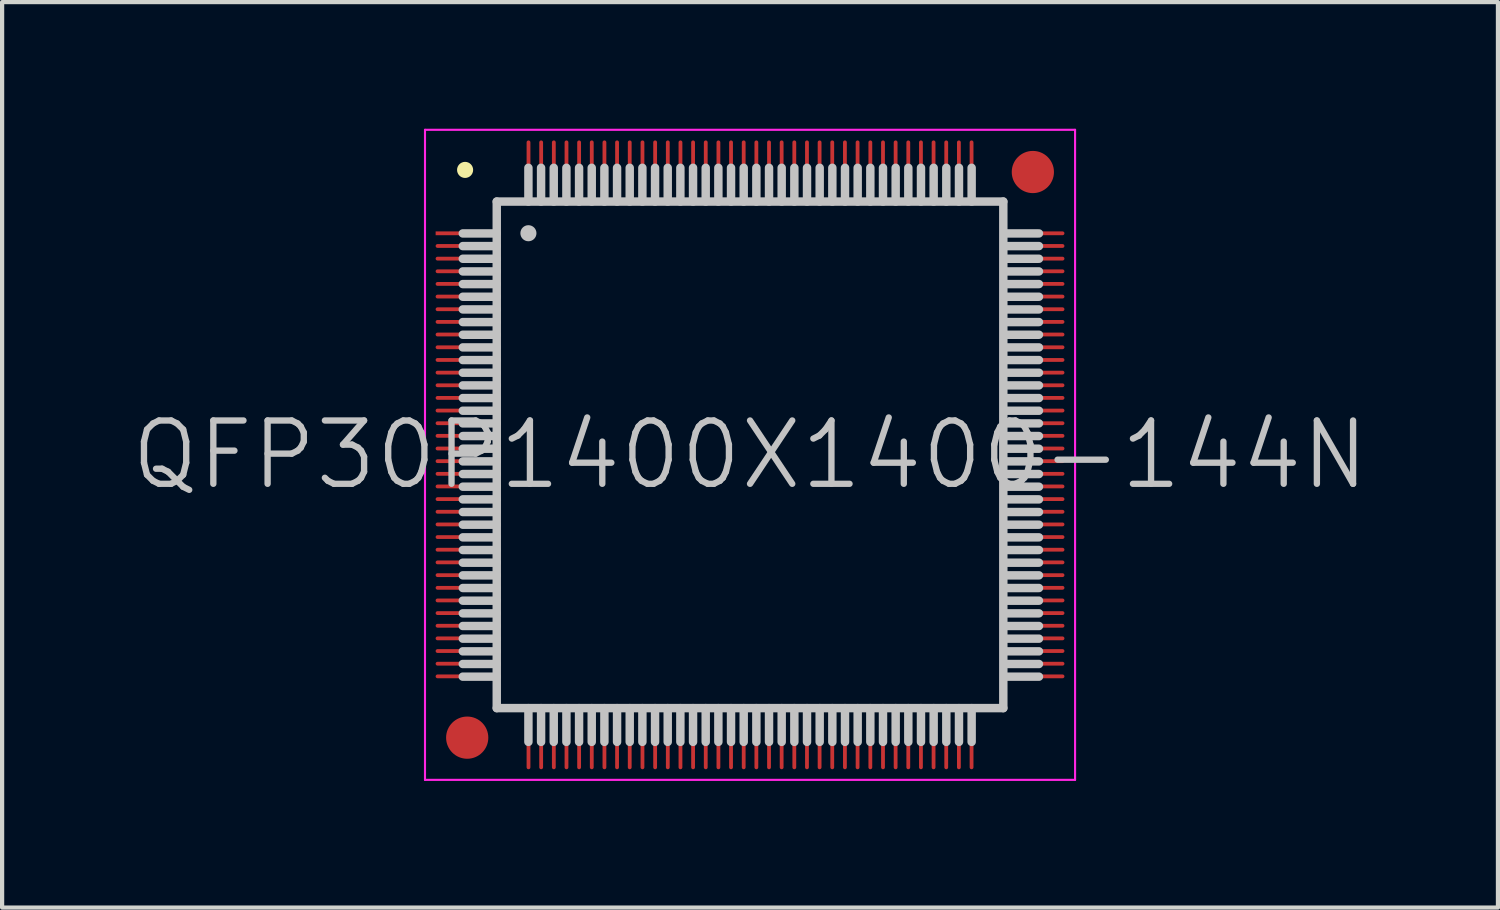
<source format=kicad_pcb>
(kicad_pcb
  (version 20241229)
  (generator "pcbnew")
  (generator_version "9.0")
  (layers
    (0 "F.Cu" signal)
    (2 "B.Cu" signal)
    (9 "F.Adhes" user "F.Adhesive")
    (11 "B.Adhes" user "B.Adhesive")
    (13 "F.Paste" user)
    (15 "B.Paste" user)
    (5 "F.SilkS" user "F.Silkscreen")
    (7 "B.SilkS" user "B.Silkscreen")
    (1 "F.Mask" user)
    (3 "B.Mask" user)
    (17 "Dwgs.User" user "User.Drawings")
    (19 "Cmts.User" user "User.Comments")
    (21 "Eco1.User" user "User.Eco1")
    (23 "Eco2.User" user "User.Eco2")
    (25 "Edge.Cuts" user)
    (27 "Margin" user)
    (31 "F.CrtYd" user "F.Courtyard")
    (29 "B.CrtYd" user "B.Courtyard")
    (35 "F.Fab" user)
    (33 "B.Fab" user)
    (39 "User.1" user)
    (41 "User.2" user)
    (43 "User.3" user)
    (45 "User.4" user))
  (footprint "QFP30P1400X1400-144N"
    (layer "F.Cu")
    (at 14.718 7.725)
    (property "Reference" "QFP30P1400X1400-144N" (at 0 0 0) (layer "Dwgs.User") (effects (font (size 1.5 1.5) (thickness 0.15))))
    (attr smd)
    (fp_line (start -6.75 -6.75) (end -6.75 -6.75) (stroke (width 0.381) (type solid)) (layer "F.SilkS"))
    (fp_line (start -6.005 -5.245) (end -6.805 -5.245) (stroke (width 0.2) (type solid)) (layer "Dwgs.User"))
    (fp_line (start -6.005 -4.945) (end -6.805 -4.945) (stroke (width 0.2) (type solid)) (layer "Dwgs.User"))
    (fp_line (start -6.005 -4.645) (end -6.805 -4.645) (stroke (width 0.2) (type solid)) (layer "Dwgs.User"))
    (fp_line (start -6.005 -4.345) (end -6.805 -4.345) (stroke (width 0.2) (type solid)) (layer "Dwgs.User"))
    (fp_line (start -6.005 -4.045) (end -6.805 -4.045) (stroke (width 0.2) (type solid)) (layer "Dwgs.User"))
    (fp_line (start -6.005 -3.745) (end -6.805 -3.745) (stroke (width 0.2) (type solid)) (layer "Dwgs.User"))
    (fp_line (start -6.005 -3.445) (end -6.805 -3.445) (stroke (width 0.2) (type solid)) (layer "Dwgs.User"))
    (fp_line (start -6.005 -3.145) (end -6.805 -3.145) (stroke (width 0.2) (type solid)) (layer "Dwgs.User"))
    (fp_line (start -6.005 -2.845) (end -6.805 -2.845) (stroke (width 0.2) (type solid)) (layer "Dwgs.User"))
    (fp_line (start -6.005 -2.545) (end -6.805 -2.545) (stroke (width 0.2) (type solid)) (layer "Dwgs.User"))
    (fp_line (start -6.005 -2.245) (end -6.805 -2.245) (stroke (width 0.2) (type solid)) (layer "Dwgs.User"))
    (fp_line (start -6.005 -1.945) (end -6.805 -1.945) (stroke (width 0.2) (type solid)) (layer "Dwgs.User"))
    (fp_line (start -6.005 -1.645) (end -6.805 -1.645) (stroke (width 0.2) (type solid)) (layer "Dwgs.User"))
    (fp_line (start -6.005 -1.345) (end -6.805 -1.345) (stroke (width 0.2) (type solid)) (layer "Dwgs.User"))
    (fp_line (start -6.005 -1.045) (end -6.805 -1.045) (stroke (width 0.2) (type solid)) (layer "Dwgs.User"))
    (fp_line (start -6.005 -0.745) (end -6.805 -0.745) (stroke (width 0.2) (type solid)) (layer "Dwgs.User"))
    (fp_line (start -6.005 -0.445) (end -6.805 -0.445) (stroke (width 0.2) (type solid)) (layer "Dwgs.User"))
    (fp_line (start -6.005 -0.145) (end -6.805 -0.145) (stroke (width 0.2) (type solid)) (layer "Dwgs.User"))
    (fp_line (start -6.005 0.155) (end -6.805 0.155) (stroke (width 0.2) (type solid)) (layer "Dwgs.User"))
    (fp_line (start -6.005 0.455) (end -6.805 0.455) (stroke (width 0.2) (type solid)) (layer "Dwgs.User"))
    (fp_line (start -6.005 0.755) (end -6.805 0.755) (stroke (width 0.2) (type solid)) (layer "Dwgs.User"))
    (fp_line (start -6.005 1.055) (end -6.805 1.055) (stroke (width 0.2) (type solid)) (layer "Dwgs.User"))
    (fp_line (start -6.005 1.355) (end -6.805 1.355) (stroke (width 0.2) (type solid)) (layer "Dwgs.User"))
    (fp_line (start -6.005 1.655) (end -6.805 1.655) (stroke (width 0.2) (type solid)) (layer "Dwgs.User"))
    (fp_line (start -6.005 1.955) (end -6.805 1.955) (stroke (width 0.2) (type solid)) (layer "Dwgs.User"))
    (fp_line (start -6.005 2.255) (end -6.805 2.255) (stroke (width 0.2) (type solid)) (layer "Dwgs.User"))
    (fp_line (start -6.005 2.555) (end -6.805 2.555) (stroke (width 0.2) (type solid)) (layer "Dwgs.User"))
    (fp_line (start -6.005 2.855) (end -6.805 2.855) (stroke (width 0.2) (type solid)) (layer "Dwgs.User"))
    (fp_line (start -6.005 3.155) (end -6.805 3.155) (stroke (width 0.2) (type solid)) (layer "Dwgs.User"))
    (fp_line (start -6.005 3.455) (end -6.805 3.455) (stroke (width 0.2) (type solid)) (layer "Dwgs.User"))
    (fp_line (start -6.005 3.755) (end -6.805 3.755) (stroke (width 0.2) (type solid)) (layer "Dwgs.User"))
    (fp_line (start -6.005 4.055) (end -6.805 4.055) (stroke (width 0.2) (type solid)) (layer "Dwgs.User"))
    (fp_line (start -6.005 4.355) (end -6.805 4.355) (stroke (width 0.2) (type solid)) (layer "Dwgs.User"))
    (fp_line (start -6.005 4.655) (end -6.805 4.655) (stroke (width 0.2) (type solid)) (layer "Dwgs.User"))
    (fp_line (start -6.005 4.955) (end -6.805 4.955) (stroke (width 0.2) (type solid)) (layer "Dwgs.User"))
    (fp_line (start -6.005 5.255) (end -6.805 5.255) (stroke (width 0.2) (type solid)) (layer "Dwgs.User"))
    (fp_line (start -6 -6) (end -6 6) (stroke (width 0.2) (type solid)) (layer "Dwgs.User"))
    (fp_line (start -6 -6) (end 6 -6) (stroke (width 0.2) (type solid)) (layer "Dwgs.User"))
    (fp_line (start -6 6) (end 6 6) (stroke (width 0.2) (type solid)) (layer "Dwgs.User"))
    (fp_line (start -5.25 -6) (end -5.25 -6.8) (stroke (width 0.2) (type solid)) (layer "Dwgs.User"))
    (fp_line (start -5.25 -5.25) (end -5.25 -5.25) (stroke (width 0.381) (type solid)) (layer "Dwgs.User"))
    (fp_line (start -5.25 6.8) (end -5.25 6) (stroke (width 0.2) (type solid)) (layer "Dwgs.User"))
    (fp_line (start -4.95 -6) (end -4.95 -6.8) (stroke (width 0.2) (type solid)) (layer "Dwgs.User"))
    (fp_line (start -4.95 6.8) (end -4.95 6) (stroke (width 0.2) (type solid)) (layer "Dwgs.User"))
    (fp_line (start -4.65 -6) (end -4.65 -6.8) (stroke (width 0.2) (type solid)) (layer "Dwgs.User"))
    (fp_line (start -4.65 6.8) (end -4.65 6) (stroke (width 0.2) (type solid)) (layer "Dwgs.User"))
    (fp_line (start -4.35 -6) (end -4.35 -6.8) (stroke (width 0.2) (type solid)) (layer "Dwgs.User"))
    (fp_line (start -4.35 6.8) (end -4.35 6) (stroke (width 0.2) (type solid)) (layer "Dwgs.User"))
    (fp_line (start -4.05 -6) (end -4.05 -6.8) (stroke (width 0.2) (type solid)) (layer "Dwgs.User"))
    (fp_line (start -4.05 6.8) (end -4.05 6) (stroke (width 0.2) (type solid)) (layer "Dwgs.User"))
    (fp_line (start -3.75 -6) (end -3.75 -6.8) (stroke (width 0.2) (type solid)) (layer "Dwgs.User"))
    (fp_line (start -3.75 6.8) (end -3.75 6) (stroke (width 0.2) (type solid)) (layer "Dwgs.User"))
    (fp_line (start -3.45 -6) (end -3.45 -6.8) (stroke (width 0.2) (type solid)) (layer "Dwgs.User"))
    (fp_line (start -3.45 6.8) (end -3.45 6) (stroke (width 0.2) (type solid)) (layer "Dwgs.User"))
    (fp_line (start -3.15 -6) (end -3.15 -6.8) (stroke (width 0.2) (type solid)) (layer "Dwgs.User"))
    (fp_line (start -3.15 6.8) (end -3.15 6) (stroke (width 0.2) (type solid)) (layer "Dwgs.User"))
    (fp_line (start -2.85 -6) (end -2.85 -6.8) (stroke (width 0.2) (type solid)) (layer "Dwgs.User"))
    (fp_line (start -2.85 6.8) (end -2.85 6) (stroke (width 0.2) (type solid)) (layer "Dwgs.User"))
    (fp_line (start -2.55 -6) (end -2.55 -6.8) (stroke (width 0.2) (type solid)) (layer "Dwgs.User"))
    (fp_line (start -2.55 6.8) (end -2.55 6) (stroke (width 0.2) (type solid)) (layer "Dwgs.User"))
    (fp_line (start -2.25 -6) (end -2.25 -6.8) (stroke (width 0.2) (type solid)) (layer "Dwgs.User"))
    (fp_line (start -2.25 6.8) (end -2.25 6) (stroke (width 0.2) (type solid)) (layer "Dwgs.User"))
    (fp_line (start -1.95 -6) (end -1.95 -6.8) (stroke (width 0.2) (type solid)) (layer "Dwgs.User"))
    (fp_line (start -1.95 6.8) (end -1.95 6) (stroke (width 0.2) (type solid)) (layer "Dwgs.User"))
    (fp_line (start -1.65 -6) (end -1.65 -6.8) (stroke (width 0.2) (type solid)) (layer "Dwgs.User"))
    (fp_line (start -1.65 6.8) (end -1.65 6) (stroke (width 0.2) (type solid)) (layer "Dwgs.User"))
    (fp_line (start -1.35 -6) (end -1.35 -6.8) (stroke (width 0.2) (type solid)) (layer "Dwgs.User"))
    (fp_line (start -1.35 6.8) (end -1.35 6) (stroke (width 0.2) (type solid)) (layer "Dwgs.User"))
    (fp_line (start -1.05 -6) (end -1.05 -6.8) (stroke (width 0.2) (type solid)) (layer "Dwgs.User"))
    (fp_line (start -1.05 6.8) (end -1.05 6) (stroke (width 0.2) (type solid)) (layer "Dwgs.User"))
    (fp_line (start -0.75 -6) (end -0.75 -6.8) (stroke (width 0.2) (type solid)) (layer "Dwgs.User"))
    (fp_line (start -0.75 6.8) (end -0.75 6) (stroke (width 0.2) (type solid)) (layer "Dwgs.User"))
    (fp_line (start -0.45 -6) (end -0.45 -6.8) (stroke (width 0.2) (type solid)) (layer "Dwgs.User"))
    (fp_line (start -0.45 6.8) (end -0.45 6) (stroke (width 0.2) (type solid)) (layer "Dwgs.User"))
    (fp_line (start -0.15 -6) (end -0.15 -6.8) (stroke (width 0.2) (type solid)) (layer "Dwgs.User"))
    (fp_line (start -0.15 6.8) (end -0.15 6) (stroke (width 0.2) (type solid)) (layer "Dwgs.User"))
    (fp_line (start 0.15 -6) (end 0.15 -6.8) (stroke (width 0.2) (type solid)) (layer "Dwgs.User"))
    (fp_line (start 0.15 6.8) (end 0.15 6) (stroke (width 0.2) (type solid)) (layer "Dwgs.User"))
    (fp_line (start 0.45 -6) (end 0.45 -6.8) (stroke (width 0.2) (type solid)) (layer "Dwgs.User"))
    (fp_line (start 0.45 6.8) (end 0.45 6) (stroke (width 0.2) (type solid)) (layer "Dwgs.User"))
    (fp_line (start 0.75 -6) (end 0.75 -6.8) (stroke (width 0.2) (type solid)) (layer "Dwgs.User"))
    (fp_line (start 0.75 6.8) (end 0.75 6) (stroke (width 0.2) (type solid)) (layer "Dwgs.User"))
    (fp_line (start 1.05 -6) (end 1.05 -6.8) (stroke (width 0.2) (type solid)) (layer "Dwgs.User"))
    (fp_line (start 1.05 6.8) (end 1.05 6) (stroke (width 0.2) (type solid)) (layer "Dwgs.User"))
    (fp_line (start 1.35 -6) (end 1.35 -6.8) (stroke (width 0.2) (type solid)) (layer "Dwgs.User"))
    (fp_line (start 1.35 6.8) (end 1.35 6) (stroke (width 0.2) (type solid)) (layer "Dwgs.User"))
    (fp_line (start 1.65 -6) (end 1.65 -6.8) (stroke (width 0.2) (type solid)) (layer "Dwgs.User"))
    (fp_line (start 1.65 6.8) (end 1.65 6) (stroke (width 0.2) (type solid)) (layer "Dwgs.User"))
    (fp_line (start 1.95 -6) (end 1.95 -6.8) (stroke (width 0.2) (type solid)) (layer "Dwgs.User"))
    (fp_line (start 1.95 6.8) (end 1.95 6) (stroke (width 0.2) (type solid)) (layer "Dwgs.User"))
    (fp_line (start 2.25 -6) (end 2.25 -6.8) (stroke (width 0.2) (type solid)) (layer "Dwgs.User"))
    (fp_line (start 2.25 6.8) (end 2.25 6) (stroke (width 0.2) (type solid)) (layer "Dwgs.User"))
    (fp_line (start 2.55 -6) (end 2.55 -6.8) (stroke (width 0.2) (type solid)) (layer "Dwgs.User"))
    (fp_line (start 2.55 6.8) (end 2.55 6) (stroke (width 0.2) (type solid)) (layer "Dwgs.User"))
    (fp_line (start 2.85 -6) (end 2.85 -6.8) (stroke (width 0.2) (type solid)) (layer "Dwgs.User"))
    (fp_line (start 2.85 6.8) (end 2.85 6) (stroke (width 0.2) (type solid)) (layer "Dwgs.User"))
    (fp_line (start 3.15 -6) (end 3.15 -6.8) (stroke (width 0.2) (type solid)) (layer "Dwgs.User"))
    (fp_line (start 3.15 6.8) (end 3.15 6) (stroke (width 0.2) (type solid)) (layer "Dwgs.User"))
    (fp_line (start 3.45 -6) (end 3.45 -6.8) (stroke (width 0.2) (type solid)) (layer "Dwgs.User"))
    (fp_line (start 3.45 6.8) (end 3.45 6) (stroke (width 0.2) (type solid)) (layer "Dwgs.User"))
    (fp_line (start 3.75 -6) (end 3.75 -6.8) (stroke (width 0.2) (type solid)) (layer "Dwgs.User"))
    (fp_line (start 3.75 6.8) (end 3.75 6) (stroke (width 0.2) (type solid)) (layer "Dwgs.User"))
    (fp_line (start 4.05 -6) (end 4.05 -6.8) (stroke (width 0.2) (type solid)) (layer "Dwgs.User"))
    (fp_line (start 4.05 6.8) (end 4.05 6) (stroke (width 0.2) (type solid)) (layer "Dwgs.User"))
    (fp_line (start 4.35 -6) (end 4.35 -6.8) (stroke (width 0.2) (type solid)) (layer "Dwgs.User"))
    (fp_line (start 4.35 6.8) (end 4.35 6) (stroke (width 0.2) (type solid)) (layer "Dwgs.User"))
    (fp_line (start 4.65 -6) (end 4.65 -6.8) (stroke (width 0.2) (type solid)) (layer "Dwgs.User"))
    (fp_line (start 4.65 6.8) (end 4.65 6) (stroke (width 0.2) (type solid)) (layer "Dwgs.User"))
    (fp_line (start 4.95 -6) (end 4.95 -6.8) (stroke (width 0.2) (type solid)) (layer "Dwgs.User"))
    (fp_line (start 4.95 6.8) (end 4.95 6) (stroke (width 0.2) (type solid)) (layer "Dwgs.User"))
    (fp_line (start 5.25 -6) (end 5.25 -6.8) (stroke (width 0.2) (type solid)) (layer "Dwgs.User"))
    (fp_line (start 5.25 6.8) (end 5.25 6) (stroke (width 0.2) (type solid)) (layer "Dwgs.User"))
    (fp_line (start 6 -6) (end 6 6) (stroke (width 0.2) (type solid)) (layer "Dwgs.User"))
    (fp_line (start 6.845 -5.245) (end 6.045 -5.245) (stroke (width 0.2) (type solid)) (layer "Dwgs.User"))
    (fp_line (start 6.845 -4.945) (end 6.045 -4.945) (stroke (width 0.2) (type solid)) (layer "Dwgs.User"))
    (fp_line (start 6.845 -4.645) (end 6.045 -4.645) (stroke (width 0.2) (type solid)) (layer "Dwgs.User"))
    (fp_line (start 6.845 -4.345) (end 6.045 -4.345) (stroke (width 0.2) (type solid)) (layer "Dwgs.User"))
    (fp_line (start 6.845 -4.045) (end 6.045 -4.045) (stroke (width 0.2) (type solid)) (layer "Dwgs.User"))
    (fp_line (start 6.845 -3.745) (end 6.045 -3.745) (stroke (width 0.2) (type solid)) (layer "Dwgs.User"))
    (fp_line (start 6.845 -3.445) (end 6.045 -3.445) (stroke (width 0.2) (type solid)) (layer "Dwgs.User"))
    (fp_line (start 6.845 -3.145) (end 6.045 -3.145) (stroke (width 0.2) (type solid)) (layer "Dwgs.User"))
    (fp_line (start 6.845 -2.845) (end 6.045 -2.845) (stroke (width 0.2) (type solid)) (layer "Dwgs.User"))
    (fp_line (start 6.845 -2.545) (end 6.045 -2.545) (stroke (width 0.2) (type solid)) (layer "Dwgs.User"))
    (fp_line (start 6.845 -2.245) (end 6.045 -2.245) (stroke (width 0.2) (type solid)) (layer "Dwgs.User"))
    (fp_line (start 6.845 -1.945) (end 6.045 -1.945) (stroke (width 0.2) (type solid)) (layer "Dwgs.User"))
    (fp_line (start 6.845 -1.645) (end 6.045 -1.645) (stroke (width 0.2) (type solid)) (layer "Dwgs.User"))
    (fp_line (start 6.845 -1.345) (end 6.045 -1.345) (stroke (width 0.2) (type solid)) (layer "Dwgs.User"))
    (fp_line (start 6.845 -1.045) (end 6.045 -1.045) (stroke (width 0.2) (type solid)) (layer "Dwgs.User"))
    (fp_line (start 6.845 -0.745) (end 6.045 -0.745) (stroke (width 0.2) (type solid)) (layer "Dwgs.User"))
    (fp_line (start 6.845 -0.445) (end 6.045 -0.445) (stroke (width 0.2) (type solid)) (layer "Dwgs.User"))
    (fp_line (start 6.845 -0.145) (end 6.045 -0.145) (stroke (width 0.2) (type solid)) (layer "Dwgs.User"))
    (fp_line (start 6.845 0.155) (end 6.045 0.155) (stroke (width 0.2) (type solid)) (layer "Dwgs.User"))
    (fp_line (start 6.845 0.455) (end 6.045 0.455) (stroke (width 0.2) (type solid)) (layer "Dwgs.User"))
    (fp_line (start 6.845 0.755) (end 6.045 0.755) (stroke (width 0.2) (type solid)) (layer "Dwgs.User"))
    (fp_line (start 6.845 1.055) (end 6.045 1.055) (stroke (width 0.2) (type solid)) (layer "Dwgs.User"))
    (fp_line (start 6.845 1.355) (end 6.045 1.355) (stroke (width 0.2) (type solid)) (layer "Dwgs.User"))
    (fp_line (start 6.845 1.655) (end 6.045 1.655) (stroke (width 0.2) (type solid)) (layer "Dwgs.User"))
    (fp_line (start 6.845 1.955) (end 6.045 1.955) (stroke (width 0.2) (type solid)) (layer "Dwgs.User"))
    (fp_line (start 6.845 2.255) (end 6.045 2.255) (stroke (width 0.2) (type solid)) (layer "Dwgs.User"))
    (fp_line (start 6.845 2.555) (end 6.045 2.555) (stroke (width 0.2) (type solid)) (layer "Dwgs.User"))
    (fp_line (start 6.845 2.855) (end 6.045 2.855) (stroke (width 0.2) (type solid)) (layer "Dwgs.User"))
    (fp_line (start 6.845 3.155) (end 6.045 3.155) (stroke (width 0.2) (type solid)) (layer "Dwgs.User"))
    (fp_line (start 6.845 3.455) (end 6.045 3.455) (stroke (width 0.2) (type solid)) (layer "Dwgs.User"))
    (fp_line (start 6.845 3.755) (end 6.045 3.755) (stroke (width 0.2) (type solid)) (layer "Dwgs.User"))
    (fp_line (start 6.845 4.055) (end 6.045 4.055) (stroke (width 0.2) (type solid)) (layer "Dwgs.User"))
    (fp_line (start 6.845 4.355) (end 6.045 4.355) (stroke (width 0.2) (type solid)) (layer "Dwgs.User"))
    (fp_line (start 6.845 4.655) (end 6.045 4.655) (stroke (width 0.2) (type solid)) (layer "Dwgs.User"))
    (fp_line (start 6.845 4.955) (end 6.045 4.955) (stroke (width 0.2) (type solid)) (layer "Dwgs.User"))
    (fp_line (start 6.845 5.255) (end 6.045 5.255) (stroke (width 0.2) (type solid)) (layer "Dwgs.User"))
    (fp_line (start -7.7 -7.7) (end -7.7 7.7) (stroke (width 0.05) (type solid)) (layer "F.CrtYd"))
    (fp_line (start -7.7 -7.7) (end 7.7 -7.7) (stroke (width 0.05) (type solid)) (layer "F.CrtYd"))
    (fp_line (start -7.7 7.7) (end 7.7 7.7) (stroke (width 0.05) (type solid)) (layer "F.CrtYd"))
    (fp_line (start 7.7 -7.7) (end 7.7 7.7) (stroke (width 0.05) (type solid)) (layer "F.CrtYd"))
    (pad "" smd circle (at -6.7 6.7) (size 1 1) (layers "F.Cu" "F.Mask"))
    (pad "" smd circle (at 6.7 -6.7) (size 1 1) (layers "F.Cu" "F.Mask"))
    (pad "1" smd rect (at -6.698 -5.248 90) (size 0.09 1.5) (layers "F.Cu" "F.Mask" "F.Paste"))
    (pad "2" smd oval (at -6.698 -4.948 90) (size 0.09 1.5) (layers "F.Cu" "F.Mask" "F.Paste"))
    (pad "3" smd oval (at -6.698 -4.648 90) (size 0.09 1.5) (layers "F.Cu" "F.Mask" "F.Paste"))
    (pad "4" smd oval (at -6.698 -4.348 90) (size 0.09 1.5) (layers "F.Cu" "F.Mask" "F.Paste"))
    (pad "5" smd oval (at -6.698 -4.049 90) (size 0.09 1.5) (layers "F.Cu" "F.Mask" "F.Paste"))
    (pad "6" smd oval (at -6.698 -3.749 90) (size 0.09 1.5) (layers "F.Cu" "F.Mask" "F.Paste"))
    (pad "7" smd oval (at -6.698 -3.449 90) (size 0.09 1.5) (layers "F.Cu" "F.Mask" "F.Paste"))
    (pad "8" smd oval (at -6.698 -3.15 90) (size 0.09 1.5) (layers "F.Cu" "F.Mask" "F.Paste"))
    (pad "9" smd oval (at -6.698 -2.85 90) (size 0.09 1.5) (layers "F.Cu" "F.Mask" "F.Paste"))
    (pad "10" smd oval (at -6.698 -2.548 90) (size 0.09 1.5) (layers "F.Cu" "F.Mask" "F.Paste"))
    (pad "11" smd oval (at -6.698 -2.248 90) (size 0.09 1.5) (layers "F.Cu" "F.Mask" "F.Paste"))
    (pad "12" smd oval (at -6.698 -1.948 90) (size 0.09 1.5) (layers "F.Cu" "F.Mask" "F.Paste"))
    (pad "13" smd oval (at -6.698 -1.648 90) (size 0.09 1.5) (layers "F.Cu" "F.Mask" "F.Paste"))
    (pad "14" smd oval (at -6.698 -1.349 90) (size 0.09 1.5) (layers "F.Cu" "F.Mask" "F.Paste"))
    (pad "15" smd oval (at -6.698 -1.049 90) (size 0.09 1.5) (layers "F.Cu" "F.Mask" "F.Paste"))
    (pad "16" smd oval (at -6.698 -0.749 90) (size 0.09 1.5) (layers "F.Cu" "F.Mask" "F.Paste"))
    (pad "17" smd oval (at -6.698 -0.45 90) (size 0.09 1.5) (layers "F.Cu" "F.Mask" "F.Paste"))
    (pad "18" smd oval (at -6.698 -0.15 90) (size 0.09 1.5) (layers "F.Cu" "F.Mask" "F.Paste"))
    (pad "19" smd oval (at -6.698 0.15 90) (size 0.09 1.5) (layers "F.Cu" "F.Mask" "F.Paste"))
    (pad "20" smd oval (at -6.698 0.45 90) (size 0.09 1.5) (layers "F.Cu" "F.Mask" "F.Paste"))
    (pad "21" smd oval (at -6.698 0.749 90) (size 0.09 1.5) (layers "F.Cu" "F.Mask" "F.Paste"))
    (pad "22" smd oval (at -6.698 1.049 90) (size 0.09 1.5) (layers "F.Cu" "F.Mask" "F.Paste"))
    (pad "23" smd oval (at -6.698 1.349 90) (size 0.09 1.5) (layers "F.Cu" "F.Mask" "F.Paste"))
    (pad "24" smd oval (at -6.698 1.648 90) (size 0.09 1.5) (layers "F.Cu" "F.Mask" "F.Paste"))
    (pad "25" smd oval (at -6.698 1.948 90) (size 0.09 1.5) (layers "F.Cu" "F.Mask" "F.Paste"))
    (pad "26" smd oval (at -6.698 2.248 90) (size 0.09 1.5) (layers "F.Cu" "F.Mask" "F.Paste"))
    (pad "27" smd oval (at -6.698 2.548 90) (size 0.09 1.5) (layers "F.Cu" "F.Mask" "F.Paste"))
    (pad "28" smd oval (at -6.698 2.85 90) (size 0.09 1.5) (layers "F.Cu" "F.Mask" "F.Paste"))
    (pad "29" smd oval (at -6.698 3.15 90) (size 0.09 1.5) (layers "F.Cu" "F.Mask" "F.Paste"))
    (pad "30" smd oval (at -6.698 3.449 90) (size 0.09 1.5) (layers "F.Cu" "F.Mask" "F.Paste"))
    (pad "31" smd oval (at -6.698 3.749 90) (size 0.09 1.5) (layers "F.Cu" "F.Mask" "F.Paste"))
    (pad "32" smd oval (at -6.698 4.049 90) (size 0.09 1.5) (layers "F.Cu" "F.Mask" "F.Paste"))
    (pad "33" smd oval (at -6.698 4.348 90) (size 0.09 1.5) (layers "F.Cu" "F.Mask" "F.Paste"))
    (pad "34" smd oval (at -6.698 4.648 90) (size 0.09 1.5) (layers "F.Cu" "F.Mask" "F.Paste"))
    (pad "35" smd oval (at -6.698 4.948 90) (size 0.09 1.5) (layers "F.Cu" "F.Mask" "F.Paste"))
    (pad "36" smd oval (at -6.698 5.248 90) (size 0.09 1.5) (layers "F.Cu" "F.Mask" "F.Paste"))
    (pad "37" smd oval (at -5.248 6.698 180) (size 0.09 1.5) (layers "F.Cu" "F.Mask" "F.Paste"))
    (pad "38" smd oval (at -4.948 6.698 180) (size 0.09 1.5) (layers "F.Cu" "F.Mask" "F.Paste"))
    (pad "39" smd oval (at -4.648 6.698 180) (size 0.09 1.5) (layers "F.Cu" "F.Mask" "F.Paste"))
    (pad "40" smd oval (at -4.348 6.698 180) (size 0.09 1.5) (layers "F.Cu" "F.Mask" "F.Paste"))
    (pad "41" smd oval (at -4.049 6.698 180) (size 0.09 1.5) (layers "F.Cu" "F.Mask" "F.Paste"))
    (pad "42" smd oval (at -3.749 6.698 180) (size 0.09 1.5) (layers "F.Cu" "F.Mask" "F.Paste"))
    (pad "43" smd oval (at -3.449 6.698 180) (size 0.09 1.5) (layers "F.Cu" "F.Mask" "F.Paste"))
    (pad "44" smd oval (at -3.15 6.698 180) (size 0.09 1.5) (layers "F.Cu" "F.Mask" "F.Paste"))
    (pad "45" smd oval (at -2.85 6.698 180) (size 0.09 1.5) (layers "F.Cu" "F.Mask" "F.Paste"))
    (pad "46" smd oval (at -2.548 6.698 180) (size 0.09 1.5) (layers "F.Cu" "F.Mask" "F.Paste"))
    (pad "47" smd oval (at -2.248 6.698 180) (size 0.09 1.5) (layers "F.Cu" "F.Mask" "F.Paste"))
    (pad "48" smd oval (at -1.948 6.698 180) (size 0.09 1.5) (layers "F.Cu" "F.Mask" "F.Paste"))
    (pad "49" smd oval (at -1.648 6.698 180) (size 0.09 1.5) (layers "F.Cu" "F.Mask" "F.Paste"))
    (pad "50" smd oval (at -1.349 6.698 180) (size 0.09 1.5) (layers "F.Cu" "F.Mask" "F.Paste"))
    (pad "51" smd oval (at -1.049 6.698 180) (size 0.09 1.5) (layers "F.Cu" "F.Mask" "F.Paste"))
    (pad "52" smd oval (at -0.749 6.698 180) (size 0.09 1.5) (layers "F.Cu" "F.Mask" "F.Paste"))
    (pad "53" smd oval (at -0.45 6.698 180) (size 0.09 1.5) (layers "F.Cu" "F.Mask" "F.Paste"))
    (pad "54" smd oval (at -0.15 6.698 180) (size 0.09 1.5) (layers "F.Cu" "F.Mask" "F.Paste"))
    (pad "55" smd oval (at 0.15 6.698 180) (size 0.09 1.5) (layers "F.Cu" "F.Mask" "F.Paste"))
    (pad "56" smd oval (at 0.45 6.698 180) (size 0.09 1.5) (layers "F.Cu" "F.Mask" "F.Paste"))
    (pad "57" smd oval (at 0.749 6.698 180) (size 0.09 1.5) (layers "F.Cu" "F.Mask" "F.Paste"))
    (pad "58" smd oval (at 1.049 6.698 180) (size 0.09 1.5) (layers "F.Cu" "F.Mask" "F.Paste"))
    (pad "59" smd oval (at 1.349 6.698 180) (size 0.09 1.5) (layers "F.Cu" "F.Mask" "F.Paste"))
    (pad "60" smd oval (at 1.648 6.698 180) (size 0.09 1.5) (layers "F.Cu" "F.Mask" "F.Paste"))
    (pad "61" smd oval (at 1.948 6.698 180) (size 0.09 1.5) (layers "F.Cu" "F.Mask" "F.Paste"))
    (pad "62" smd oval (at 2.248 6.698 180) (size 0.09 1.5) (layers "F.Cu" "F.Mask" "F.Paste"))
    (pad "63" smd oval (at 2.548 6.698 180) (size 0.09 1.5) (layers "F.Cu" "F.Mask" "F.Paste"))
    (pad "64" smd oval (at 2.85 6.698 180) (size 0.09 1.5) (layers "F.Cu" "F.Mask" "F.Paste"))
    (pad "65" smd oval (at 3.15 6.698 180) (size 0.09 1.5) (layers "F.Cu" "F.Mask" "F.Paste"))
    (pad "66" smd oval (at 3.449 6.698 180) (size 0.09 1.5) (layers "F.Cu" "F.Mask" "F.Paste"))
    (pad "67" smd oval (at 3.749 6.698 180) (size 0.09 1.5) (layers "F.Cu" "F.Mask" "F.Paste"))
    (pad "68" smd oval (at 4.049 6.698 180) (size 0.09 1.5) (layers "F.Cu" "F.Mask" "F.Paste"))
    (pad "69" smd oval (at 4.348 6.698 180) (size 0.09 1.5) (layers "F.Cu" "F.Mask" "F.Paste"))
    (pad "70" smd oval (at 4.648 6.698 180) (size 0.09 1.5) (layers "F.Cu" "F.Mask" "F.Paste"))
    (pad "71" smd oval (at 4.948 6.698 180) (size 0.09 1.5) (layers "F.Cu" "F.Mask" "F.Paste"))
    (pad "72" smd oval (at 5.248 6.698 180) (size 0.09 1.5) (layers "F.Cu" "F.Mask" "F.Paste"))
    (pad "73" smd oval (at 6.698 5.248 270) (size 0.09 1.5) (layers "F.Cu" "F.Mask" "F.Paste"))
    (pad "74" smd oval (at 6.698 4.948 270) (size 0.09 1.5) (layers "F.Cu" "F.Mask" "F.Paste"))
    (pad "75" smd oval (at 6.698 4.648 270) (size 0.09 1.5) (layers "F.Cu" "F.Mask" "F.Paste"))
    (pad "76" smd oval (at 6.698 4.348 270) (size 0.09 1.5) (layers "F.Cu" "F.Mask" "F.Paste"))
    (pad "77" smd oval (at 6.698 4.049 270) (size 0.09 1.5) (layers "F.Cu" "F.Mask" "F.Paste"))
    (pad "78" smd oval (at 6.698 3.749 270) (size 0.09 1.5) (layers "F.Cu" "F.Mask" "F.Paste"))
    (pad "79" smd oval (at 6.698 3.449 270) (size 0.09 1.5) (layers "F.Cu" "F.Mask" "F.Paste"))
    (pad "80" smd oval (at 6.698 3.15 270) (size 0.09 1.5) (layers "F.Cu" "F.Mask" "F.Paste"))
    (pad "81" smd oval (at 6.698 2.85 270) (size 0.09 1.5) (layers "F.Cu" "F.Mask" "F.Paste"))
    (pad "82" smd oval (at 6.698 2.548 270) (size 0.09 1.5) (layers "F.Cu" "F.Mask" "F.Paste"))
    (pad "83" smd oval (at 6.698 2.248 270) (size 0.09 1.5) (layers "F.Cu" "F.Mask" "F.Paste"))
    (pad "84" smd oval (at 6.698 1.948 270) (size 0.09 1.5) (layers "F.Cu" "F.Mask" "F.Paste"))
    (pad "85" smd oval (at 6.698 1.648 270) (size 0.09 1.5) (layers "F.Cu" "F.Mask" "F.Paste"))
    (pad "86" smd oval (at 6.698 1.349 270) (size 0.09 1.5) (layers "F.Cu" "F.Mask" "F.Paste"))
    (pad "87" smd oval (at 6.698 1.049 270) (size 0.09 1.5) (layers "F.Cu" "F.Mask" "F.Paste"))
    (pad "88" smd oval (at 6.698 0.749 270) (size 0.09 1.5) (layers "F.Cu" "F.Mask" "F.Paste"))
    (pad "89" smd oval (at 6.698 0.45 270) (size 0.09 1.5) (layers "F.Cu" "F.Mask" "F.Paste"))
    (pad "90" smd oval (at 6.698 0.15 270) (size 0.09 1.5) (layers "F.Cu" "F.Mask" "F.Paste"))
    (pad "91" smd oval (at 6.698 -0.15 270) (size 0.09 1.5) (layers "F.Cu" "F.Mask" "F.Paste"))
    (pad "92" smd oval (at 6.698 -0.45 270) (size 0.09 1.5) (layers "F.Cu" "F.Mask" "F.Paste"))
    (pad "93" smd oval (at 6.698 -0.749 270) (size 0.09 1.5) (layers "F.Cu" "F.Mask" "F.Paste"))
    (pad "94" smd oval (at 6.698 -1.049 270) (size 0.09 1.5) (layers "F.Cu" "F.Mask" "F.Paste"))
    (pad "95" smd oval (at 6.698 -1.349 270) (size 0.09 1.5) (layers "F.Cu" "F.Mask" "F.Paste"))
    (pad "96" smd oval (at 6.698 -1.648 270) (size 0.09 1.5) (layers "F.Cu" "F.Mask" "F.Paste"))
    (pad "97" smd oval (at 6.698 -1.948 270) (size 0.09 1.5) (layers "F.Cu" "F.Mask" "F.Paste"))
    (pad "98" smd oval (at 6.698 -2.248 270) (size 0.09 1.5) (layers "F.Cu" "F.Mask" "F.Paste"))
    (pad "99" smd oval (at 6.698 -2.548 270) (size 0.09 1.5) (layers "F.Cu" "F.Mask" "F.Paste"))
    (pad "100" smd oval (at 6.698 -2.85 270) (size 0.09 1.5) (layers "F.Cu" "F.Mask" "F.Paste"))
    (pad "101" smd oval (at 6.698 -3.15 270) (size 0.09 1.5) (layers "F.Cu" "F.Mask" "F.Paste"))
    (pad "102" smd oval (at 6.698 -3.449 270) (size 0.09 1.5) (layers "F.Cu" "F.Mask" "F.Paste"))
    (pad "103" smd oval (at 6.698 -3.749 270) (size 0.09 1.5) (layers "F.Cu" "F.Mask" "F.Paste"))
    (pad "104" smd oval (at 6.698 -4.049 270) (size 0.09 1.5) (layers "F.Cu" "F.Mask" "F.Paste"))
    (pad "105" smd oval (at 6.698 -4.348 270) (size 0.09 1.5) (layers "F.Cu" "F.Mask" "F.Paste"))
    (pad "106" smd oval (at 6.698 -4.648 270) (size 0.09 1.5) (layers "F.Cu" "F.Mask" "F.Paste"))
    (pad "107" smd oval (at 6.698 -4.948 270) (size 0.09 1.5) (layers "F.Cu" "F.Mask" "F.Paste"))
    (pad "108" smd oval (at 6.698 -5.248 270) (size 0.09 1.5) (layers "F.Cu" "F.Mask" "F.Paste"))
    (pad "109" smd oval (at 5.248 -6.698) (size 0.09 1.5) (layers "F.Cu" "F.Mask" "F.Paste"))
    (pad "110" smd oval (at 4.948 -6.698) (size 0.09 1.5) (layers "F.Cu" "F.Mask" "F.Paste"))
    (pad "111" smd oval (at 4.648 -6.698) (size 0.09 1.5) (layers "F.Cu" "F.Mask" "F.Paste"))
    (pad "112" smd oval (at 4.348 -6.698) (size 0.09 1.5) (layers "F.Cu" "F.Mask" "F.Paste"))
    (pad "113" smd oval (at 4.049 -6.698) (size 0.09 1.5) (layers "F.Cu" "F.Mask" "F.Paste"))
    (pad "114" smd oval (at 3.749 -6.698) (size 0.09 1.5) (layers "F.Cu" "F.Mask" "F.Paste"))
    (pad "115" smd oval (at 3.449 -6.698) (size 0.09 1.5) (layers "F.Cu" "F.Mask" "F.Paste"))
    (pad "116" smd oval (at 3.15 -6.698) (size 0.09 1.5) (layers "F.Cu" "F.Mask" "F.Paste"))
    (pad "117" smd oval (at 2.85 -6.698) (size 0.09 1.5) (layers "F.Cu" "F.Mask" "F.Paste"))
    (pad "118" smd oval (at 2.548 -6.698) (size 0.09 1.5) (layers "F.Cu" "F.Mask" "F.Paste"))
    (pad "119" smd oval (at 2.248 -6.698) (size 0.09 1.5) (layers "F.Cu" "F.Mask" "F.Paste"))
    (pad "120" smd oval (at 1.948 -6.698) (size 0.09 1.5) (layers "F.Cu" "F.Mask" "F.Paste"))
    (pad "121" smd oval (at 1.648 -6.698) (size 0.09 1.5) (layers "F.Cu" "F.Mask" "F.Paste"))
    (pad "122" smd oval (at 1.349 -6.698) (size 0.09 1.5) (layers "F.Cu" "F.Mask" "F.Paste"))
    (pad "123" smd oval (at 1.049 -6.698) (size 0.09 1.5) (layers "F.Cu" "F.Mask" "F.Paste"))
    (pad "124" smd oval (at 0.749 -6.698) (size 0.09 1.5) (layers "F.Cu" "F.Mask" "F.Paste"))
    (pad "125" smd oval (at 0.45 -6.698) (size 0.09 1.5) (layers "F.Cu" "F.Mask" "F.Paste"))
    (pad "126" smd oval (at 0.15 -6.698) (size 0.09 1.5) (layers "F.Cu" "F.Mask" "F.Paste"))
    (pad "127" smd oval (at -0.15 -6.698) (size 0.09 1.5) (layers "F.Cu" "F.Mask" "F.Paste"))
    (pad "128" smd oval (at -0.45 -6.698) (size 0.09 1.5) (layers "F.Cu" "F.Mask" "F.Paste"))
    (pad "129" smd oval (at -0.749 -6.698) (size 0.09 1.5) (layers "F.Cu" "F.Mask" "F.Paste"))
    (pad "130" smd oval (at -1.049 -6.698) (size 0.09 1.5) (layers "F.Cu" "F.Mask" "F.Paste"))
    (pad "131" smd oval (at -1.349 -6.698) (size 0.09 1.5) (layers "F.Cu" "F.Mask" "F.Paste"))
    (pad "132" smd oval (at -1.648 -6.698) (size 0.09 1.5) (layers "F.Cu" "F.Mask" "F.Paste"))
    (pad "133" smd oval (at -1.948 -6.698) (size 0.09 1.5) (layers "F.Cu" "F.Mask" "F.Paste"))
    (pad "134" smd oval (at -2.248 -6.698) (size 0.09 1.5) (layers "F.Cu" "F.Mask" "F.Paste"))
    (pad "135" smd oval (at -2.548 -6.698) (size 0.09 1.5) (layers "F.Cu" "F.Mask" "F.Paste"))
    (pad "136" smd oval (at -2.85 -6.698) (size 0.09 1.5) (layers "F.Cu" "F.Mask" "F.Paste"))
    (pad "137" smd oval (at -3.15 -6.698) (size 0.09 1.5) (layers "F.Cu" "F.Mask" "F.Paste"))
    (pad "138" smd oval (at -3.449 -6.698) (size 0.09 1.5) (layers "F.Cu" "F.Mask" "F.Paste"))
    (pad "139" smd oval (at -3.749 -6.698) (size 0.09 1.5) (layers "F.Cu" "F.Mask" "F.Paste"))
    (pad "140" smd oval (at -4.049 -6.698) (size 0.09 1.5) (layers "F.Cu" "F.Mask" "F.Paste"))
    (pad "141" smd oval (at -4.348 -6.698) (size 0.09 1.5) (layers "F.Cu" "F.Mask" "F.Paste"))
    (pad "142" smd oval (at -4.648 -6.698) (size 0.09 1.5) (layers "F.Cu" "F.Mask" "F.Paste"))
    (pad "143" smd oval (at -4.948 -6.698) (size 0.09 1.5) (layers "F.Cu" "F.Mask" "F.Paste"))
    (pad "144" smd oval (at -5.248 -6.698) (size 0.09 1.5) (layers "F.Cu" "F.Mask" "F.Paste")))
  (gr_rect
    (start -3 -3)
    (end 32.436 18.45)
    (stroke (width 0.1) (type default))
    (fill no)
    (layer "Edge.Cuts")))
</source>
